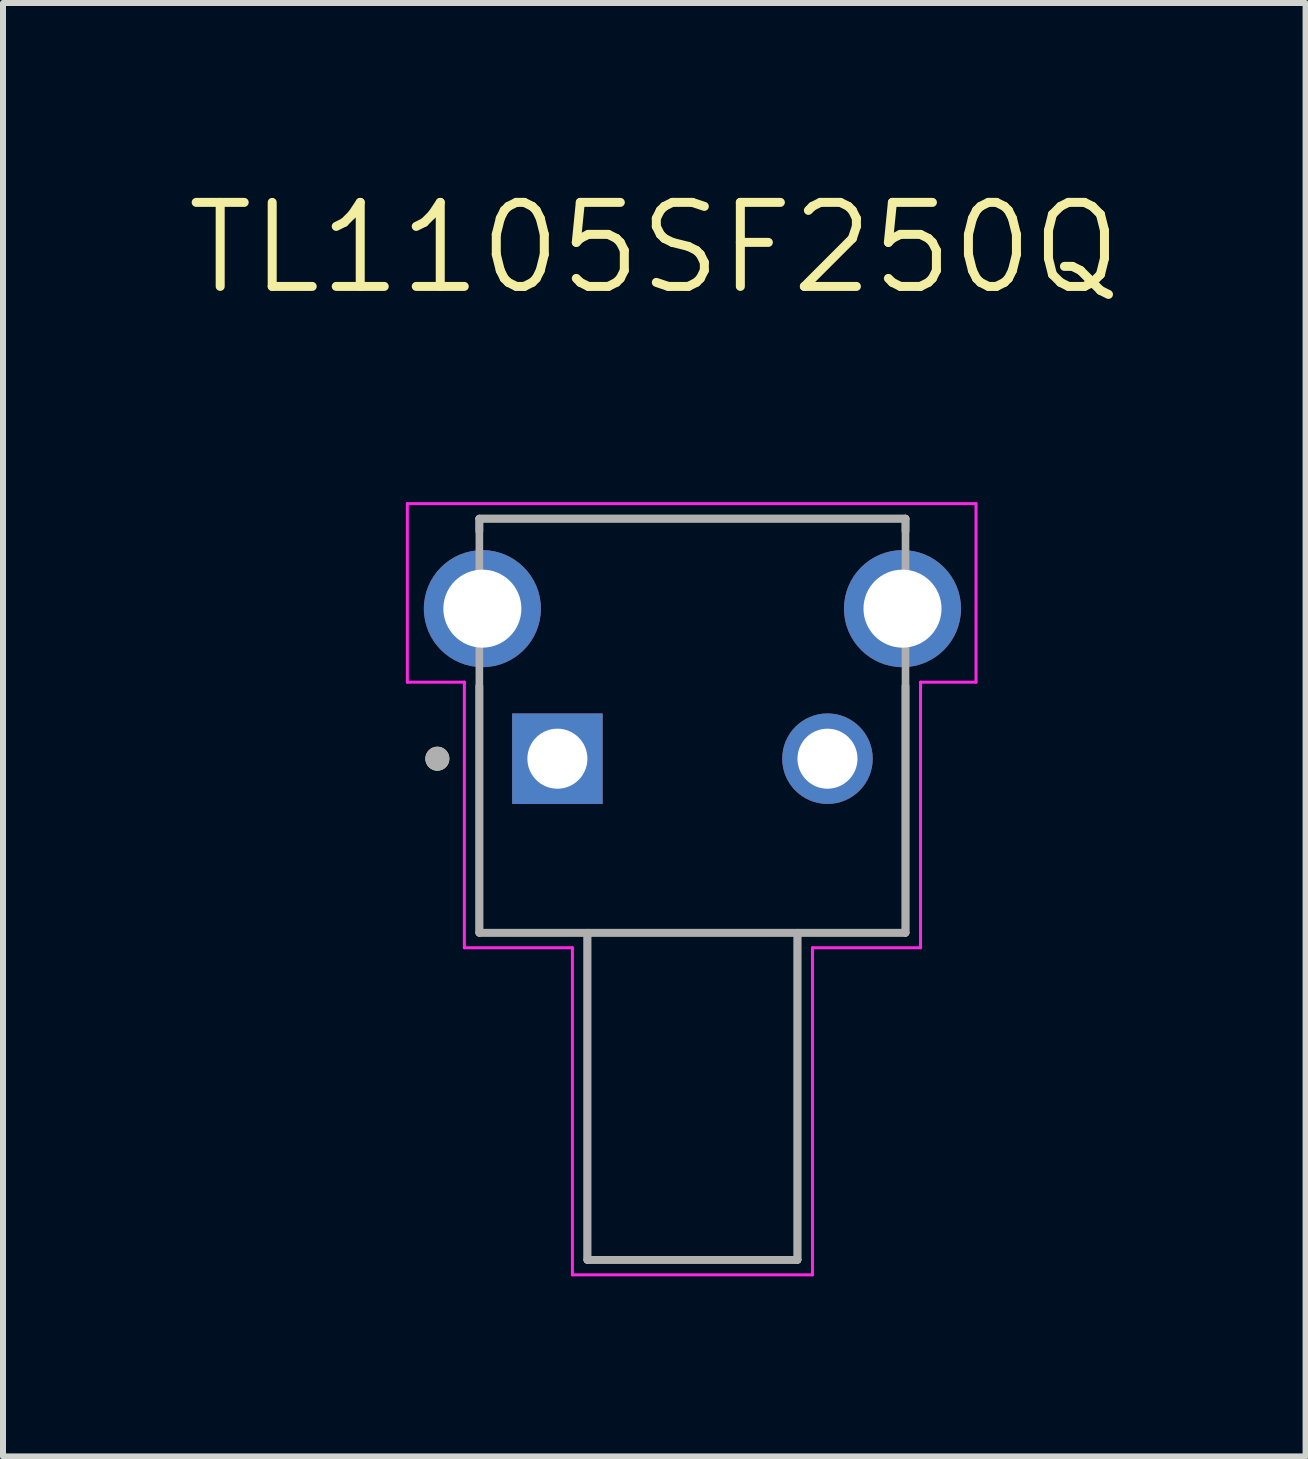
<source format=kicad_pcb>
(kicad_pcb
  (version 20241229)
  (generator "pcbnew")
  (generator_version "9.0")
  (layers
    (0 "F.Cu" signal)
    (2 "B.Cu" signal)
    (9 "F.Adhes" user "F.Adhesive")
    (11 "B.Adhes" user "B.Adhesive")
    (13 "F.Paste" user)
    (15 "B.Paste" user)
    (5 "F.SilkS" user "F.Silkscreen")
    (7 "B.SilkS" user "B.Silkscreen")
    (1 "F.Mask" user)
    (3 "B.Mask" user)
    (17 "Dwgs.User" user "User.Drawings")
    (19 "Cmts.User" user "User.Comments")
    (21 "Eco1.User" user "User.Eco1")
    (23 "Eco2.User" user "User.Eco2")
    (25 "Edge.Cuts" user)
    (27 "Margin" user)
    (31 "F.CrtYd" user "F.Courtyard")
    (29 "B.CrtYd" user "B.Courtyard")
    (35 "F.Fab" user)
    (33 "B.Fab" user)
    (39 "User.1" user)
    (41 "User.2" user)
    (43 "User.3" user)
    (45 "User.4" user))
  (footprint "TL1105SF250Q"
    (layer "F.Cu")
    (at 8.487 9.591)
    (property "Reference" "TL1105SF250Q" (at -0.635 -8.509 0) (layer "F.SilkS") (effects (font (size 1.4 1.4) (thickness 0.15))))
    (attr through_hole)
    (fp_line (start -3.55 -4) (end 3.55 -4) (stroke (width 0.127) (type solid)) (layer "F.SilkS"))
    (fp_line (start -3.55 -3.788) (end -3.55 -4) (stroke (width 0.127) (type solid)) (layer "F.SilkS"))
    (fp_line (start -3.55 -1.212) (end -3.55 2.9) (stroke (width 0.127) (type solid)) (layer "F.SilkS"))
    (fp_line (start -3.55 2.9) (end -1.75 2.9) (stroke (width 0.127) (type solid)) (layer "F.SilkS"))
    (fp_line (start -1.75 2.9) (end -1.75 8.35) (stroke (width 0.127) (type solid)) (layer "F.SilkS"))
    (fp_line (start -1.75 2.9) (end 1.75 2.9) (stroke (width 0.127) (type solid)) (layer "F.SilkS"))
    (fp_line (start -1.75 8.35) (end 1.75 8.35) (stroke (width 0.127) (type solid)) (layer "F.SilkS"))
    (fp_line (start 1.75 2.9) (end 3.55 2.9) (stroke (width 0.127) (type solid)) (layer "F.SilkS"))
    (fp_line (start 1.75 8.35) (end 1.75 2.9) (stroke (width 0.127) (type solid)) (layer "F.SilkS"))
    (fp_line (start 3.55 -4) (end 3.55 -3.788) (stroke (width 0.127) (type solid)) (layer "F.SilkS"))
    (fp_line (start 3.55 2.9) (end 3.55 -1.212) (stroke (width 0.127) (type solid)) (layer "F.SilkS"))
    (fp_circle (center -4.25 0) (end -4.15 0) (stroke (width 0.2) (type solid)) (fill no) (layer "F.SilkS"))
    (fp_line (start -4.75 -4.25) (end -4.75 -1.275) (stroke (width 0.05) (type solid)) (layer "F.CrtYd"))
    (fp_line (start -4.75 -1.275) (end -3.8 -1.275) (stroke (width 0.05) (type solid)) (layer "F.CrtYd"))
    (fp_line (start -3.8 -1.275) (end -3.8 3.15) (stroke (width 0.05) (type solid)) (layer "F.CrtYd"))
    (fp_line (start -3.8 3.15) (end -2 3.15) (stroke (width 0.05) (type solid)) (layer "F.CrtYd"))
    (fp_line (start -2 3.15) (end -2 8.6) (stroke (width 0.05) (type solid)) (layer "F.CrtYd"))
    (fp_line (start -2 8.6) (end 2 8.6) (stroke (width 0.05) (type solid)) (layer "F.CrtYd"))
    (fp_line (start 2 3.15) (end 3.8 3.15) (stroke (width 0.05) (type solid)) (layer "F.CrtYd"))
    (fp_line (start 2 8.6) (end 2 3.15) (stroke (width 0.05) (type solid)) (layer "F.CrtYd"))
    (fp_line (start 3.8 -1.275) (end 4.725 -1.275) (stroke (width 0.05) (type solid)) (layer "F.CrtYd"))
    (fp_line (start 3.8 3.15) (end 3.8 -1.275) (stroke (width 0.05) (type solid)) (layer "F.CrtYd"))
    (fp_line (start 4.725 -4.25) (end -4.75 -4.25) (stroke (width 0.05) (type solid)) (layer "F.CrtYd"))
    (fp_line (start 4.725 -1.275) (end 4.725 -4.25) (stroke (width 0.05) (type solid)) (layer "F.CrtYd"))
    (fp_line (start -3.55 -4) (end -3.55 2.9) (stroke (width 0.127) (type solid)) (layer "F.Fab"))
    (fp_line (start -3.55 2.9) (end -1.75 2.9) (stroke (width 0.127) (type solid)) (layer "F.Fab"))
    (fp_line (start -1.75 2.9) (end -1.75 8.35) (stroke (width 0.127) (type solid)) (layer "F.Fab"))
    (fp_line (start -1.75 2.9) (end 1.75 2.9) (stroke (width 0.127) (type solid)) (layer "F.Fab"))
    (fp_line (start -1.75 8.35) (end 1.75 8.35) (stroke (width 0.127) (type solid)) (layer "F.Fab"))
    (fp_line (start 1.75 2.9) (end 3.55 2.9) (stroke (width 0.127) (type solid)) (layer "F.Fab"))
    (fp_line (start 1.75 8.35) (end 1.75 2.9) (stroke (width 0.127) (type solid)) (layer "F.Fab"))
    (fp_line (start 3.55 -4) (end -3.55 -4) (stroke (width 0.127) (type solid)) (layer "F.Fab"))
    (fp_line (start 3.55 2.9) (end 3.55 -4) (stroke (width 0.127) (type solid)) (layer "F.Fab"))
    (fp_circle (center -4.25 0) (end -4.15 0) (stroke (width 0.2) (type solid)) (fill no) (layer "F.Fab"))
    (pad "1" thru_hole rect (at -2.25 0) (size 1.508 1.508) (drill 1) (layers "*.Cu" "*.Mask"))
    (pad "2" thru_hole circle (at 2.25 0) (size 1.508 1.508) (drill 1) (layers "*.Cu" "*.Mask"))
    (pad "S1" thru_hole circle (at -3.5 -2.5) (size 1.95 1.95) (drill 1.3) (layers "*.Cu" "*.Mask"))
    (pad "S2" thru_hole circle (at 3.5 -2.5) (size 1.95 1.95) (drill 1.3) (layers "*.Cu" "*.Mask")))
  (gr_rect
    (start -3 -3)
    (end 18.703 21.216)
    (stroke (width 0.1) (type default))
    (fill no)
    (layer "Edge.Cuts")))
</source>
